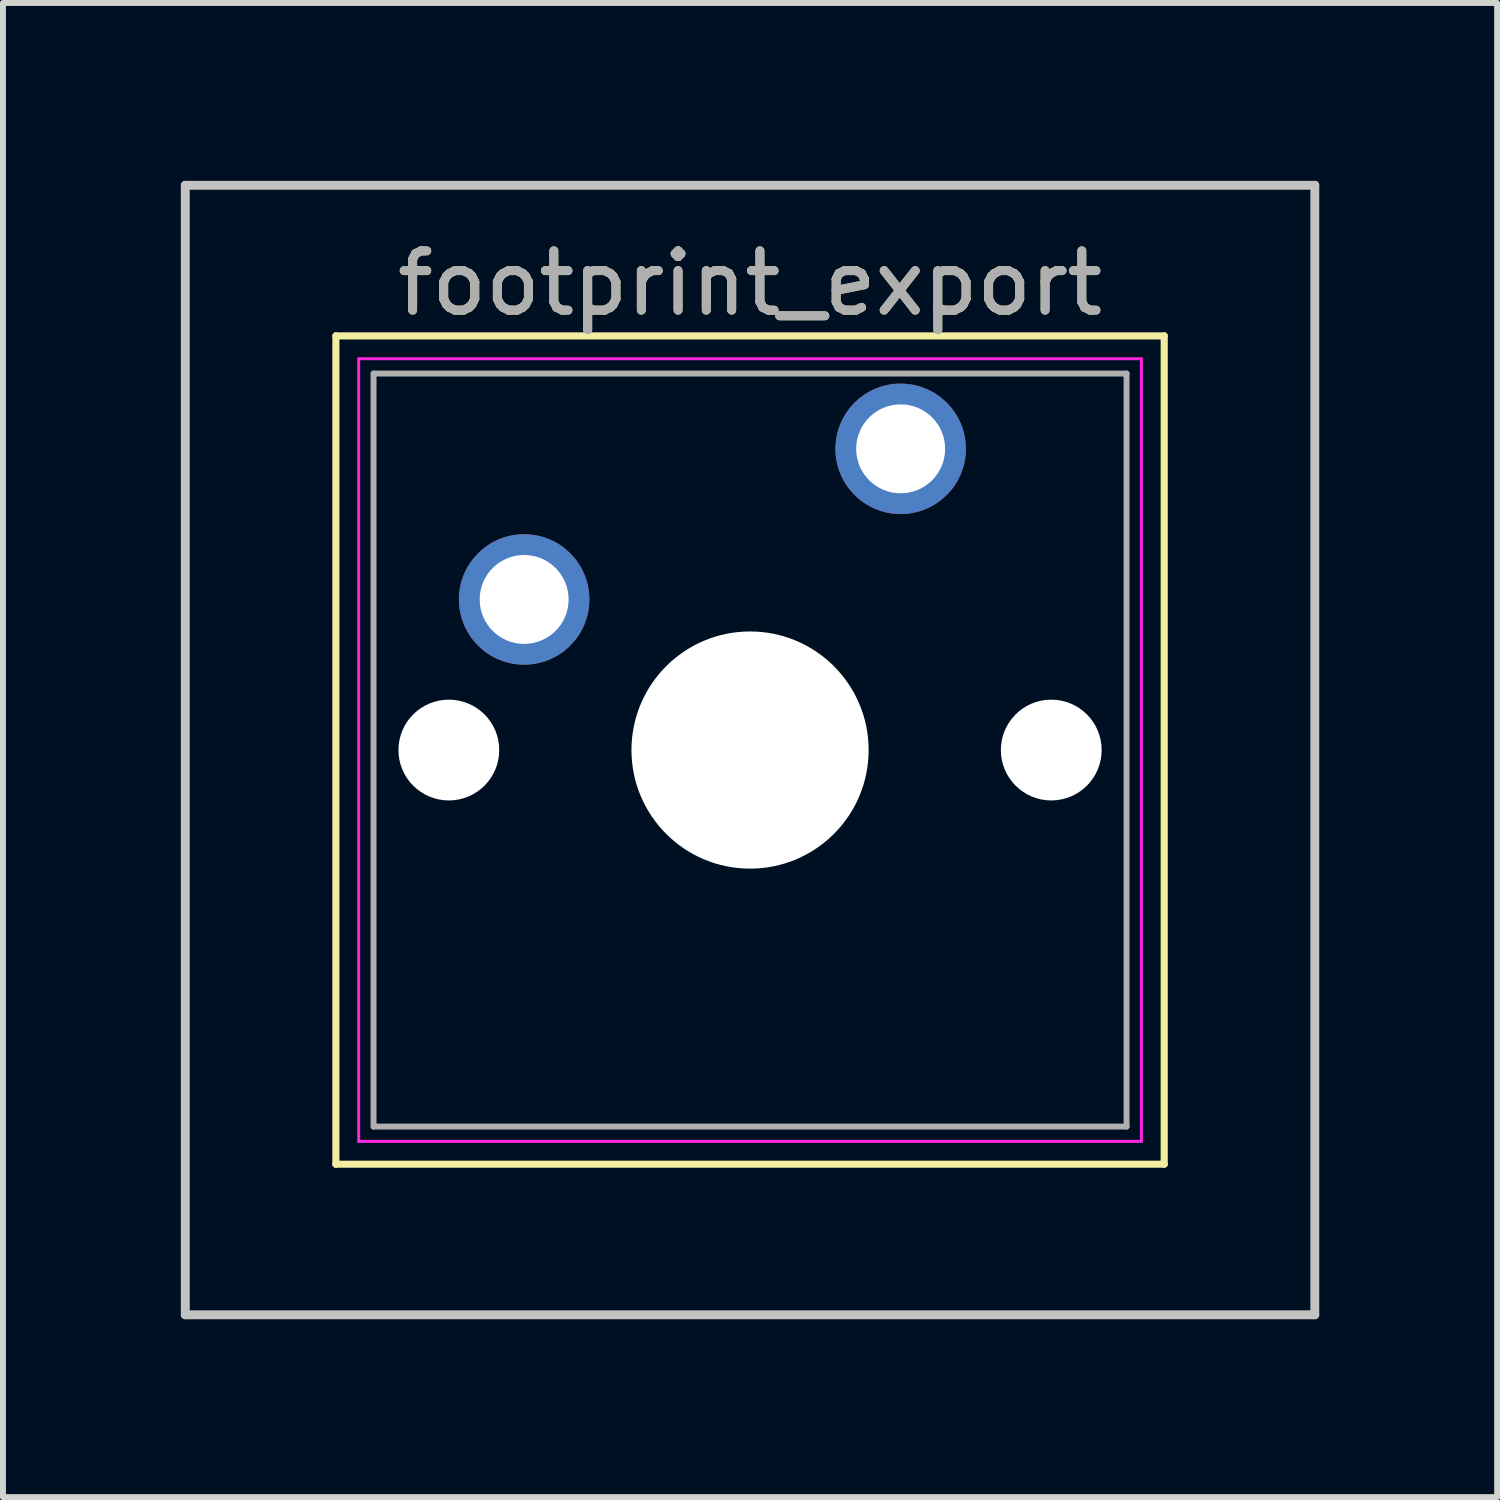
<source format=kicad_pcb>
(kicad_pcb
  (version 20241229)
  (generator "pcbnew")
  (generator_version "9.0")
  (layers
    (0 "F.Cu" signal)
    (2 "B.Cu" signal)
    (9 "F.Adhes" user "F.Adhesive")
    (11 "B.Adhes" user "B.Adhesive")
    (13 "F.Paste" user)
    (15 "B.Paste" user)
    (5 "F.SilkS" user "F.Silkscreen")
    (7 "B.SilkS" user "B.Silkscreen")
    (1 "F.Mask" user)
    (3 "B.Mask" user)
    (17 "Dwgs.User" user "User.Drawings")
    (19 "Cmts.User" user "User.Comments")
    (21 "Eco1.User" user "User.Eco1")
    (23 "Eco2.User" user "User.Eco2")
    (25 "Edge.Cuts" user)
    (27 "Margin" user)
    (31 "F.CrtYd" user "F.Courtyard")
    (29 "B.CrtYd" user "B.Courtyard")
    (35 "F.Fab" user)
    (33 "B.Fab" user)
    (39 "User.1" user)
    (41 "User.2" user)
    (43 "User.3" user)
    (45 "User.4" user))
  (footprint "footprint_export"
    (layer "F.Cu")
    (at 12.14 4.52)
    (property "Reference" "footprint_export" (at -2.54 -2.794 0) (layer "F.SilkS") (effects (font (size 1 1) (thickness 0.15))))
    (attr through_hole)
    (fp_line (start -9.525 -1.905) (end 4.445 -1.905) (stroke (width 0.12) (type solid)) (layer "F.SilkS"))
    (fp_line (start -9.525 12.065) (end -9.525 -1.905) (stroke (width 0.12) (type solid)) (layer "F.SilkS"))
    (fp_line (start 4.445 -1.905) (end 4.445 12.065) (stroke (width 0.12) (type solid)) (layer "F.SilkS"))
    (fp_line (start 4.445 12.065) (end -9.525 12.065) (stroke (width 0.12) (type solid)) (layer "F.SilkS"))
    (fp_line (start -12.065 -4.445) (end 6.985 -4.445) (stroke (width 0.15) (type solid)) (layer "Dwgs.User"))
    (fp_line (start -12.065 14.605) (end -12.065 -4.445) (stroke (width 0.15) (type solid)) (layer "Dwgs.User"))
    (fp_line (start 6.985 -4.445) (end 6.985 14.605) (stroke (width 0.15) (type solid)) (layer "Dwgs.User"))
    (fp_line (start 6.985 14.605) (end -12.065 14.605) (stroke (width 0.15) (type solid)) (layer "Dwgs.User"))
    (fp_line (start -9.14 -1.52) (end 4.06 -1.52) (stroke (width 0.05) (type solid)) (layer "F.CrtYd"))
    (fp_line (start -9.14 11.68) (end -9.14 -1.52) (stroke (width 0.05) (type solid)) (layer "F.CrtYd"))
    (fp_line (start 4.06 -1.52) (end 4.06 11.68) (stroke (width 0.05) (type solid)) (layer "F.CrtYd"))
    (fp_line (start 4.06 11.68) (end -9.14 11.68) (stroke (width 0.05) (type solid)) (layer "F.CrtYd"))
    (fp_line (start -8.89 -1.27) (end 3.81 -1.27) (stroke (width 0.1) (type solid)) (layer "F.Fab"))
    (fp_line (start -8.89 11.43) (end -8.89 -1.27) (stroke (width 0.1) (type solid)) (layer "F.Fab"))
    (fp_line (start 3.81 -1.27) (end 3.81 11.43) (stroke (width 0.1) (type solid)) (layer "F.Fab"))
    (fp_line (start 3.81 11.43) (end -8.89 11.43) (stroke (width 0.1) (type solid)) (layer "F.Fab"))
    (fp_text user "${REFERENCE}" (at -2.54 -2.794 0) (layer "F.Fab") (effects (font (size 1 1) (thickness 0.15))))
    (pad "" np_thru_hole circle (at -7.62 5.08) (size 1.7 1.7) (drill 1.7) (layers "*.Cu" "*.Mask"))
    (pad "" np_thru_hole circle (at -2.54 5.08) (size 4 4) (drill 4) (layers "*.Cu" "*.Mask"))
    (pad "" np_thru_hole circle (at 2.54 5.08) (size 1.7 1.7) (drill 1.7) (layers "*.Cu" "*.Mask"))
    (pad "1" thru_hole circle (at 0 0) (size 2.2 2.2) (drill 1.5) (layers "*.Cu" "*.Mask"))
    (pad "2" thru_hole circle (at -6.35 2.54) (size 2.2 2.2) (drill 1.5) (layers "*.Cu" "*.Mask")))
  (gr_rect
    (start -3 -3)
    (end 22.2 22.2)
    (stroke (width 0.1) (type default))
    (fill no)
    (layer "Edge.Cuts")))
</source>
